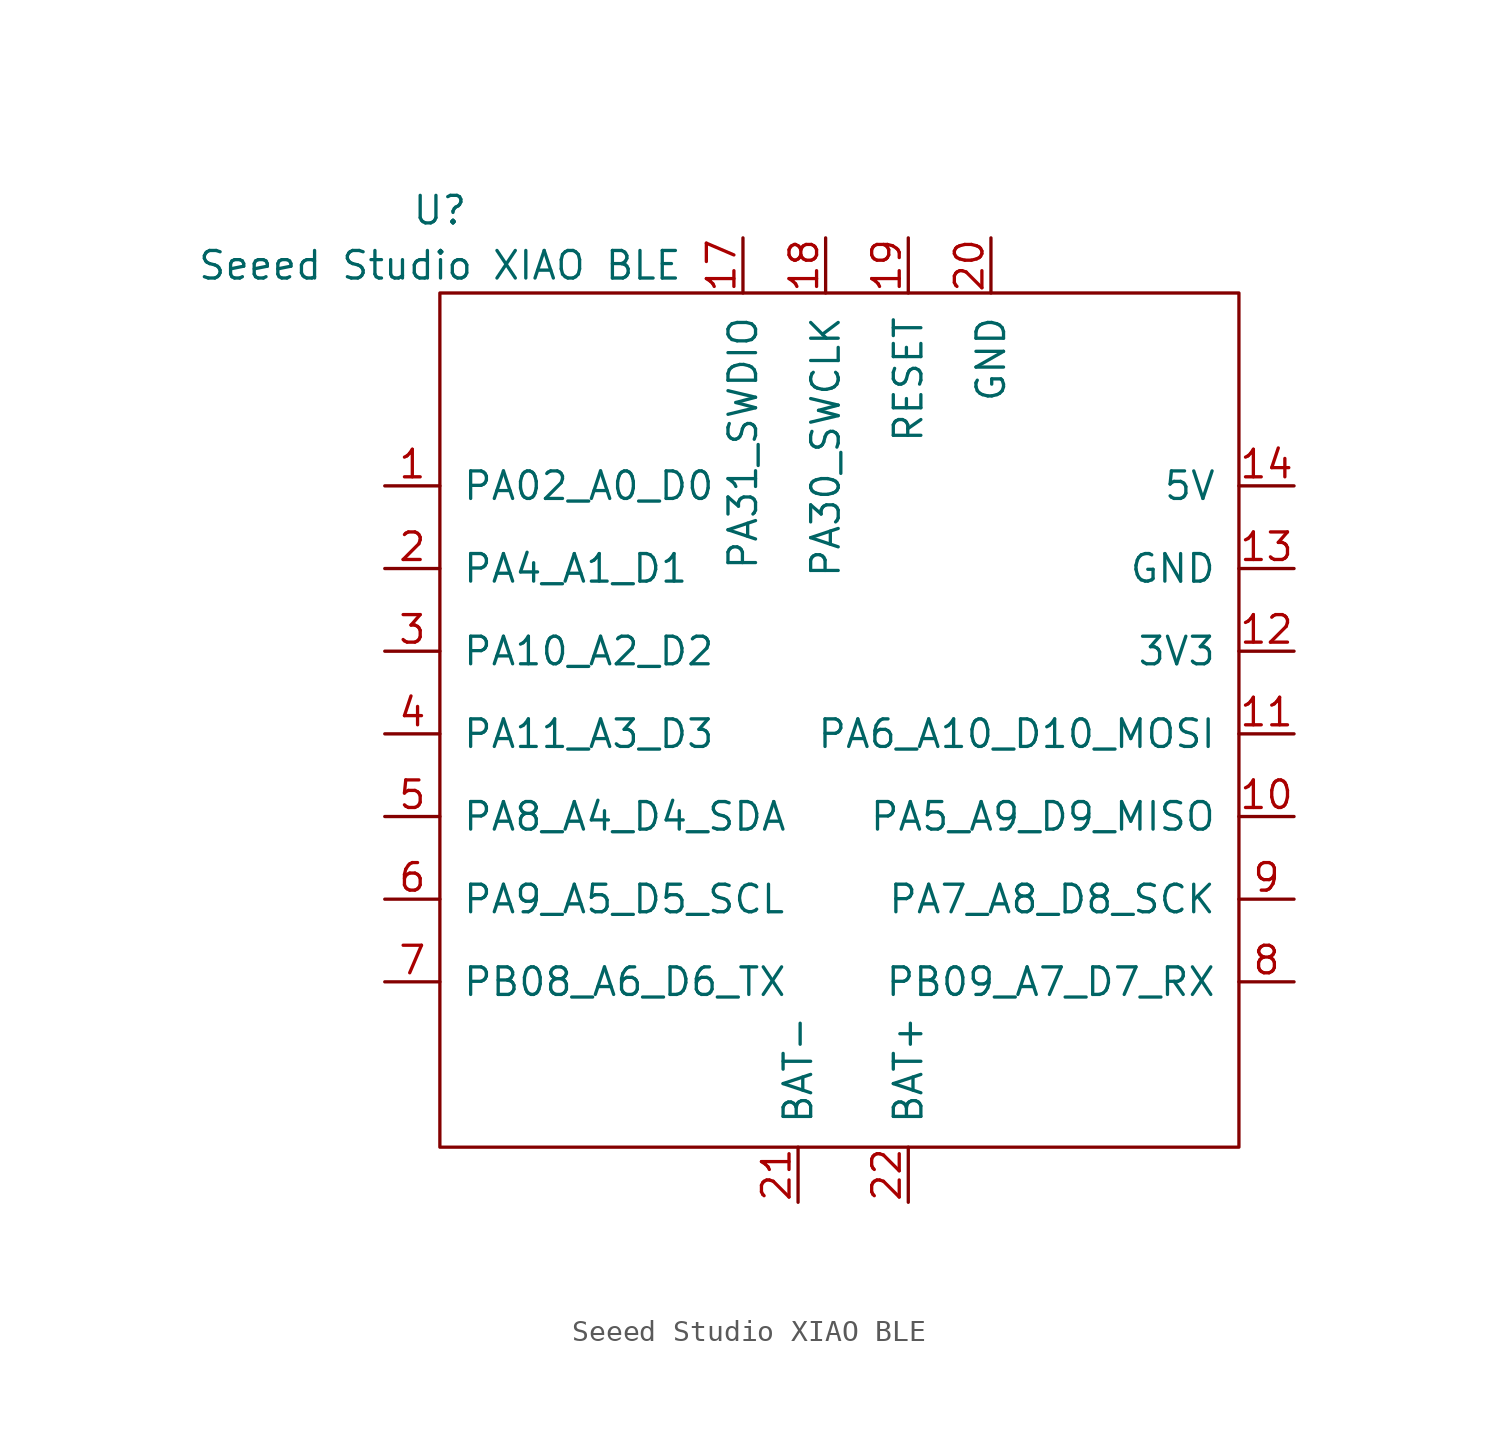
<source format=kicad_sym>
(kicad_symbol_lib
  (version 20220914)
  (generator kicad_symbol_editor)
  (symbol "Seeed Studio XIAO BLE"
    (pin_names
      (offset 1.016))
    (property "Reference" "U"
      (at -19.05 24.13 0)
      (effects (font (size 1.27 1.27))))
    (property "Value" "Seeed Studio XIAO BLE"
      (at -19.05 21.59 0)
      (effects (font (size 1.27 1.27))))
    (symbol "Seeed Studio XIAO BLE_0_1"
      (rectangle (start -19.05 20.32) (end 17.78 -19.05) (stroke (width 0) (type default)) (fill (type none))))
    (symbol "Seeed Studio XIAO BLE_1_1"
      (pin unspecified line (at -21.59 11.43 0) (length 2.54) (name "PA02_A0_D0" (effects (font (size 1.27 1.27)))) (number "1" (effects (font (size 1.27 1.27)))))
      (pin unspecified line (at 20.32 -3.81 180) (length 2.54) (name "PA5_A9_D9_MISO" (effects (font (size 1.27 1.27)))) (number "10" (effects (font (size 1.27 1.27)))))
      (pin unspecified line (at 20.32 0 180) (length 2.54) (name "PA6_A10_D10_MOSI" (effects (font (size 1.27 1.27)))) (number "11" (effects (font (size 1.27 1.27)))))
      (pin unspecified line (at 20.32 3.81 180) (length 2.54) (name "3V3" (effects (font (size 1.27 1.27)))) (number "12" (effects (font (size 1.27 1.27)))))
      (pin unspecified line (at 20.32 7.62 180) (length 2.54) (name "GND" (effects (font (size 1.27 1.27)))) (number "13" (effects (font (size 1.27 1.27)))))
      (pin unspecified line (at 20.32 11.43 180) (length 2.54) (name "5V" (effects (font (size 1.27 1.27)))) (number "14" (effects (font (size 1.27 1.27)))))
      (pin input line (at -5.08 22.86 270) (length 2.54) (name "PA31_SWDIO" (effects (font (size 1.27 1.27)))) (number "17" (effects (font (size 1.27 1.27)))))
      (pin input line (at -1.27 22.86 270) (length 2.54) (name "PA30_SWCLK" (effects (font (size 1.27 1.27)))) (number "18" (effects (font (size 1.27 1.27)))))
      (pin input line (at 2.54 22.86 270) (length 2.54) (name "RESET" (effects (font (size 1.27 1.27)))) (number "19" (effects (font (size 1.27 1.27)))))
      (pin unspecified line (at -21.59 7.62 0) (length 2.54) (name "PA4_A1_D1" (effects (font (size 1.27 1.27)))) (number "2" (effects (font (size 1.27 1.27)))))
      (pin input line (at 6.35 22.86 270) (length 2.54) (name "GND" (effects (font (size 1.27 1.27)))) (number "20" (effects (font (size 1.27 1.27)))))
      (pin input line (at -2.54 -21.59 90) (length 2.54) (name "BAT-" (effects (font (size 1.27 1.27)))) (number "21" (effects (font (size 1.27 1.27)))))
      (pin input line (at 2.54 -21.59 90) (length 2.54) (name "BAT+" (effects (font (size 1.27 1.27)))) (number "22" (effects (font (size 1.27 1.27)))))
      (pin unspecified line (at -21.59 3.81 0) (length 2.54) (name "PA10_A2_D2" (effects (font (size 1.27 1.27)))) (number "3" (effects (font (size 1.27 1.27)))))
      (pin unspecified line (at -21.59 0 0) (length 2.54) (name "PA11_A3_D3" (effects (font (size 1.27 1.27)))) (number "4" (effects (font (size 1.27 1.27)))))
      (pin unspecified line (at -21.59 -3.81 0) (length 2.54) (name "PA8_A4_D4_SDA" (effects (font (size 1.27 1.27)))) (number "5" (effects (font (size 1.27 1.27)))))
      (pin unspecified line (at -21.59 -7.62 0) (length 2.54) (name "PA9_A5_D5_SCL" (effects (font (size 1.27 1.27)))) (number "6" (effects (font (size 1.27 1.27)))))
      (pin unspecified line (at -21.59 -11.43 0) (length 2.54) (name "PB08_A6_D6_TX" (effects (font (size 1.27 1.27)))) (number "7" (effects (font (size 1.27 1.27)))))
      (pin unspecified line (at 20.32 -11.43 180) (length 2.54) (name "PB09_A7_D7_RX" (effects (font (size 1.27 1.27)))) (number "8" (effects (font (size 1.27 1.27)))))
      (pin unspecified line (at 20.32 -7.62 180) (length 2.54) (name "PA7_A8_D8_SCK" (effects (font (size 1.27 1.27)))) (number "9" (effects (font (size 1.27 1.27))))))))
</source>
